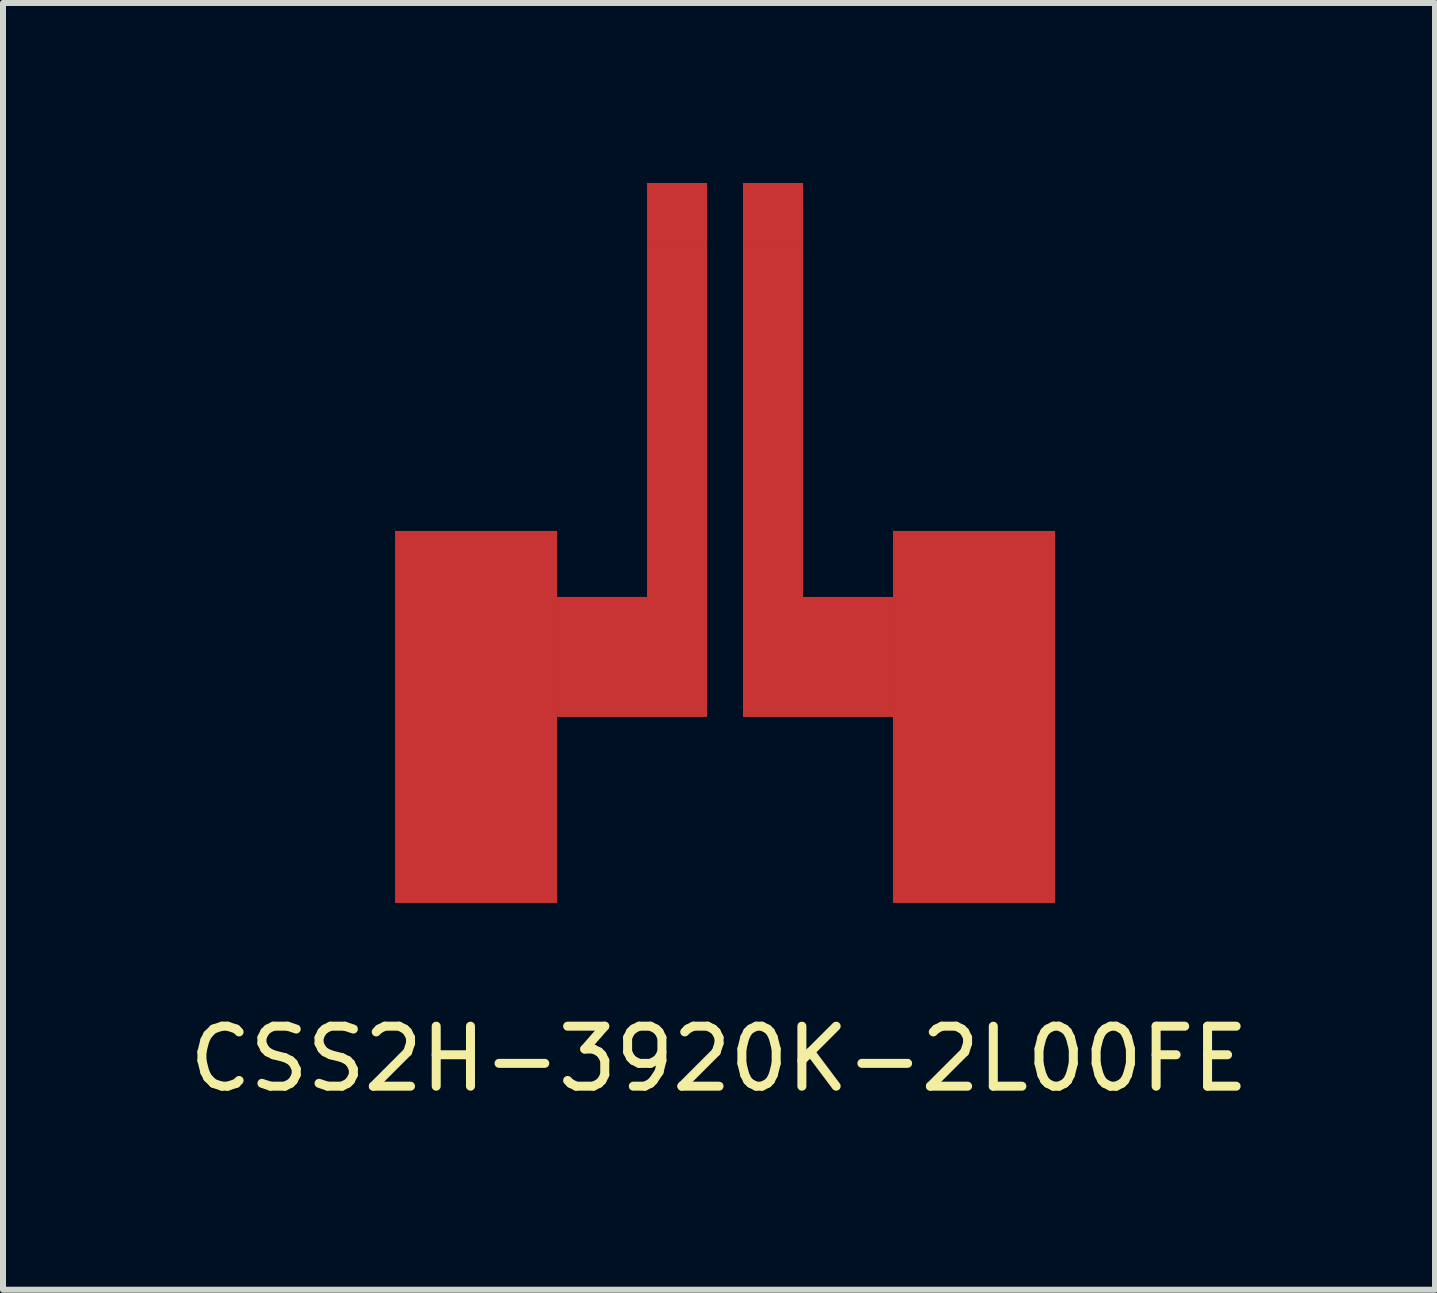
<source format=kicad_pcb>
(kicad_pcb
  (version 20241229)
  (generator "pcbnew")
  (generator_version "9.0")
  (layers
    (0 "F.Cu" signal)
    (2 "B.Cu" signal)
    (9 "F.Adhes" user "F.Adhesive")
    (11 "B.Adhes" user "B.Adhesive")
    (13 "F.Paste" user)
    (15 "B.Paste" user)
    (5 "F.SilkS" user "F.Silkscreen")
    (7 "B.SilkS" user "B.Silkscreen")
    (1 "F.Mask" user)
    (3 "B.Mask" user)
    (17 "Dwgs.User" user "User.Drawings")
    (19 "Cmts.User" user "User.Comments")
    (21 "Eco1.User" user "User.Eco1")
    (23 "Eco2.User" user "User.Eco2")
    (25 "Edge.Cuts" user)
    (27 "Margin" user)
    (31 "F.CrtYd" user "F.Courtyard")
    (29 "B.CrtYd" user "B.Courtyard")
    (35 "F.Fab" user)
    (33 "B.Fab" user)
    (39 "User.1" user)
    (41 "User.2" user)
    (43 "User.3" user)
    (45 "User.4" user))
  (footprint "CSS2H-3920K-2L00FE"
    (layer "F.Cu")
    (at 9.035 8.9)
    (property "Reference" "CSS2H-3920K-2L00FE" (at -0.1 5.7 0) (layer "F.SilkS") (effects (font (size 1 1) (thickness 0.15))))
    (attr through_hole)
    (fp_poly (pts (xy -0.3 0) (xy -2.8 0) (xy -2.8 -2) (xy -1.3 -2) (xy -1.3 -7.9) (xy -0.3 -7.9)) (stroke (width 0) (type solid)) (fill yes) (layer "F.Cu"))
    (fp_poly (pts (xy 0.3 0) (xy 2.8 0) (xy 2.8 -2) (xy 1.3 -2) (xy 1.3 -7.9) (xy 0.3 -7.9)) (stroke (width 0) (type solid)) (fill yes) (layer "F.Cu"))
    (pad "1" smd rect (at -4.15 0) (size 2.7 6.2) (layers "F.Cu" "F.Mask" "F.Paste"))
    (pad "1" smd rect (at -0.8 -8.4) (size 1 1) (layers "F.Cu" "F.Mask" "F.Paste"))
    (pad "2" smd rect (at 0.8 -8.4) (size 1 1) (layers "F.Cu" "F.Mask" "F.Paste"))
    (pad "2" smd rect (at 4.15 0) (size 2.7 6.2) (layers "F.Cu" "F.Mask" "F.Paste")))
  (gr_rect
    (start -3 -3)
    (end 20.869 18.448)
    (stroke (width 0.1) (type default))
    (fill no)
    (layer "Edge.Cuts")))
</source>
